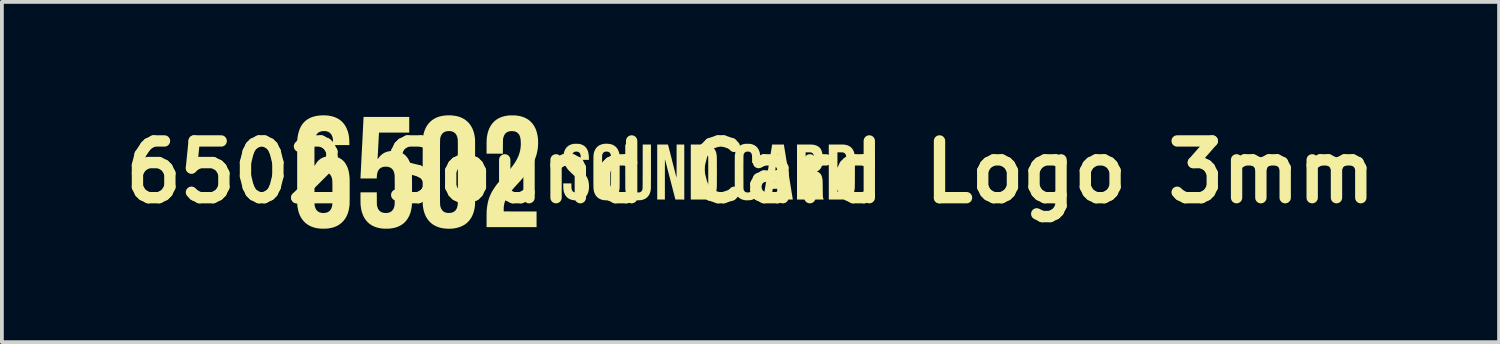
<source format=kicad_pcb>
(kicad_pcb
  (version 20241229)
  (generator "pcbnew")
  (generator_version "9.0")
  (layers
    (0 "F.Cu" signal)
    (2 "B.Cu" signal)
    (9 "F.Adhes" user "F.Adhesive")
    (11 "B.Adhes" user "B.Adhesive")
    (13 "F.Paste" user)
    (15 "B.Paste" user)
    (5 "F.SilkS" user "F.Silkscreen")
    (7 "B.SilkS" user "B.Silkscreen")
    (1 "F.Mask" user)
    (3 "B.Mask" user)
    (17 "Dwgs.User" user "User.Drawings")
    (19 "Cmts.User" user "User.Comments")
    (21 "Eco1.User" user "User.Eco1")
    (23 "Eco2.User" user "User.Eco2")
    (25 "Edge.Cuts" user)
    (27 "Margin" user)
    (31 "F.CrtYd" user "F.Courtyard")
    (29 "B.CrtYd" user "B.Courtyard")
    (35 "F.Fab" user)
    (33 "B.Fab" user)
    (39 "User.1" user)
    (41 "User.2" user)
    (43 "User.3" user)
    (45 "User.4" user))
  (footprint "6502 Sound Card Logo 3mm"
    (layer "F.Cu")
    (at 16.8 1.5)
    (property "Reference" "6502 Sound Card Logo 3mm" (at 0 0 0) (layer "F.SilkS") (effects (font (size 1.5 1.5) (thickness 0.3))))
    (attr board_only exclude_from_pos_files exclude_from_bom)
    (fp_poly (pts (xy -1.751 0.000026) (xy -1.751 0.729) (xy -1.869 0.728) (xy -1.986 0.727) (xy -2.123 0.196) (xy -2.136 0.145) (xy -2.149 0.096) (xy -2.161 0.048) (xy -2.173 0.002) (xy -2.185 -0.042) (xy -2.196 -0.084) (xy -2.206 -0.124) (xy -2.215 -0.16) (xy -2.224 -0.194) (xy -2.232 -0.225) (xy -2.24 -0.253) (xy -2.246 -0.277) (xy -2.251 -0.297) (xy -2.256 -0.313) (xy -2.259 -0.325) (xy -2.261 -0.332) (xy -2.262 -0.335) (xy -2.262 -0.335) (xy -2.262 -0.333) (xy -2.262 -0.325) (xy -2.263 -0.313) (xy -2.263 -0.297) (xy -2.263 -0.276) (xy -2.263 -0.252) (xy -2.263 -0.224) (xy -2.263 -0.193) (xy -2.264 -0.158) (xy -2.264 -0.12) (xy -2.264 -0.08) (xy -2.264 -0.037) (xy -2.264 0.008) (xy -2.264 0.055) (xy -2.264 0.104) (xy -2.264 0.154) (xy -2.264 0.197) (xy -2.264 0.728) (xy -2.366 0.728) (xy -2.467 0.728) (xy -2.467 0) (xy -2.467 -0.728) (xy -2.324 -0.728) (xy -2.182 -0.728) (xy -2.093 -0.383) (xy -2.082 -0.34) (xy -2.072 -0.297) (xy -2.061 -0.255) (xy -2.05 -0.214) (xy -2.04 -0.175) (xy -2.031 -0.137) (xy -2.021 -0.101) (xy -2.013 -0.067) (xy -2.005 -0.037) (xy -1.998 -0.009) (xy -1.992 0.014) (xy -1.987 0.034) (xy -1.983 0.049) (xy -1.982 0.054) (xy -1.977 0.075) (xy -1.972 0.093) (xy -1.967 0.11) (xy -1.963 0.124) (xy -1.96 0.135) (xy -1.958 0.142) (xy -1.957 0.145) (xy -1.957 0.145) (xy -1.956 0.142) (xy -1.956 0.135) (xy -1.956 0.123) (xy -1.956 0.107) (xy -1.956 0.087) (xy -1.955 0.063) (xy -1.955 0.035) (xy -1.955 0.004) (xy -1.955 -0.029) (xy -1.955 -0.066) (xy -1.955 -0.105) (xy -1.955 -0.146) (xy -1.954 -0.189) (xy -1.954 -0.234) (xy -1.954 -0.281) (xy -1.954 -0.292) (xy -1.954 -0.728) (xy -1.853 -0.728) (xy -1.751 -0.728)) (stroke (width 0) (type solid)) (fill yes) (layer "F.SilkS"))
    (fp_poly (pts (xy -3.086 -0.147) (xy -3.086 -0.082) (xy -3.086 -0.021) (xy -3.086 0.034) (xy -3.085 0.085) (xy -3.085 0.132) (xy -3.085 0.174) (xy -3.085 0.213) (xy -3.085 0.248) (xy -3.085 0.28) (xy -3.085 0.308) (xy -3.084 0.333) (xy -3.084 0.355) (xy -3.084 0.375) (xy -3.084 0.392) (xy -3.083 0.407) (xy -3.083 0.42) (xy -3.082 0.431) (xy -3.082 0.44) (xy -3.081 0.448) (xy -3.08 0.454) (xy -3.079 0.459) (xy -3.078 0.464) (xy -3.077 0.468) (xy -3.076 0.471) (xy -3.075 0.474) (xy -3.074 0.477) (xy -3.072 0.48) (xy -3.07 0.483) (xy -3.07 0.485) (xy -3.061 0.5) (xy -3.048 0.514) (xy -3.033 0.525) (xy -3.019 0.533) (xy -2.999 0.538) (xy -2.978 0.541) (xy -2.955 0.541) (xy -2.934 0.537) (xy -2.918 0.533) (xy -2.903 0.525) (xy -2.888 0.513) (xy -2.876 0.5) (xy -2.867 0.485) (xy -2.866 0.482) (xy -2.864 0.479) (xy -2.863 0.476) (xy -2.861 0.473) (xy -2.86 0.47) (xy -2.859 0.466) (xy -2.858 0.462) (xy -2.857 0.457) (xy -2.856 0.451) (xy -2.856 0.444) (xy -2.855 0.436) (xy -2.854 0.426) (xy -2.854 0.414) (xy -2.854 0.4) (xy -2.853 0.384) (xy -2.853 0.366) (xy -2.853 0.345) (xy -2.852 0.321) (xy -2.852 0.295) (xy -2.852 0.265) (xy -2.852 0.232) (xy -2.852 0.195) (xy -2.852 0.154) (xy -2.851 0.11) (xy -2.851 0.061) (xy -2.851 0.008) (xy -2.851 -0.05) (xy -2.851 -0.112) (xy -2.851 -0.147) (xy -2.85 -0.728) (xy -2.741 -0.728) (xy -2.632 -0.728) (xy -2.632 -0.153) (xy -2.632 -0.079) (xy -2.632 -0.009) (xy -2.632 0.056) (xy -2.632 0.115) (xy -2.632 0.17) (xy -2.633 0.22) (xy -2.633 0.264) (xy -2.633 0.304) (xy -2.633 0.339) (xy -2.633 0.369) (xy -2.634 0.394) (xy -2.634 0.414) (xy -2.634 0.43) (xy -2.634 0.44) (xy -2.635 0.446) (xy -2.635 0.446) (xy -2.641 0.49) (xy -2.651 0.531) (xy -2.664 0.567) (xy -2.68 0.601) (xy -2.7 0.631) (xy -2.722 0.657) (xy -2.74 0.675) (xy -2.758 0.689) (xy -2.777 0.702) (xy -2.794 0.711) (xy -2.817 0.722) (xy -2.839 0.73) (xy -2.862 0.737) (xy -2.886 0.742) (xy -2.912 0.745) (xy -2.942 0.747) (xy -2.962 0.747) (xy -2.979 0.748) (xy -2.994 0.748) (xy -3.008 0.748) (xy -3.018 0.748) (xy -3.025 0.747) (xy -3.026 0.747) (xy -3.068 0.74) (xy -3.107 0.729) (xy -3.143 0.715) (xy -3.175 0.697) (xy -3.204 0.676) (xy -3.229 0.652) (xy -3.235 0.644) (xy -3.253 0.62) (xy -3.269 0.594) (xy -3.281 0.566) (xy -3.292 0.536) (xy -3.301 0.502) (xy -3.305 0.484) (xy -3.311 0.456) (xy -3.312 -0.136) (xy -3.312 -0.728) (xy -3.2 -0.728) (xy -3.087 -0.728)) (stroke (width 0) (type solid)) (fill yes) (layer "F.SilkS"))
    (fp_poly (pts (xy -1.35 -0.728) (xy -1.317 -0.728) (xy -1.288 -0.728) (xy -1.263 -0.728) (xy -1.242 -0.728) (xy -1.224 -0.728) (xy -1.209 -0.727) (xy -1.196 -0.727) (xy -1.186 -0.726) (xy -1.177 -0.726) (xy -1.169 -0.725) (xy -1.166 -0.725) (xy -1.124 -0.717) (xy -1.085 -0.707) (xy -1.05 -0.692) (xy -1.019 -0.675) (xy -0.991 -0.653) (xy -0.967 -0.628) (xy -0.958 -0.617) (xy -0.939 -0.588) (xy -0.923 -0.556) (xy -0.91 -0.522) (xy -0.9 -0.484) (xy -0.894 -0.443) (xy -0.891 -0.414) (xy -0.891 -0.406) (xy -0.89 -0.394) (xy -0.89 -0.378) (xy -0.89 -0.358) (xy -0.889 -0.334) (xy -0.889 -0.306) (xy -0.889 -0.276) (xy -0.889 -0.243) (xy -0.889 -0.208) (xy -0.889 -0.171) (xy -0.889 -0.132) (xy -0.888 -0.093) (xy -0.888 -0.052) (xy -0.888 -0.011) (xy -0.888 0.03) (xy -0.888 0.07) (xy -0.888 0.111) (xy -0.889 0.15) (xy -0.889 0.188) (xy -0.889 0.224) (xy -0.889 0.258) (xy -0.889 0.29) (xy -0.889 0.319) (xy -0.89 0.345) (xy -0.89 0.367) (xy -0.89 0.386) (xy -0.89 0.4) (xy -0.891 0.41) (xy -0.891 0.414) (xy -0.896 0.46) (xy -0.905 0.503) (xy -0.917 0.542) (xy -0.933 0.577) (xy -0.951 0.609) (xy -0.974 0.636) (xy -1 0.66) (xy -1.029 0.681) (xy -1.062 0.698) (xy -1.099 0.711) (xy -1.138 0.72) (xy -1.166 0.725) (xy -1.173 0.725) (xy -1.181 0.726) (xy -1.191 0.727) (xy -1.202 0.727) (xy -1.216 0.727) (xy -1.233 0.728) (xy -1.252 0.728) (xy -1.275 0.728) (xy -1.302 0.728) (xy -1.333 0.728) (xy -1.368 0.728) (xy -1.388 0.728) (xy -1.579 0.728) (xy -1.579 0) (xy -1.35 0) (xy -1.35 0.521) (xy -1.276 0.52) (xy -1.254 0.519) (xy -1.236 0.519) (xy -1.222 0.519) (xy -1.211 0.518) (xy -1.202 0.517) (xy -1.196 0.516) (xy -1.191 0.515) (xy -1.189 0.514) (xy -1.174 0.508) (xy -1.159 0.497) (xy -1.146 0.485) (xy -1.141 0.479) (xy -1.133 0.464) (xy -1.126 0.445) (xy -1.121 0.422) (xy -1.119 0.41) (xy -1.119 0.404) (xy -1.119 0.394) (xy -1.118 0.378) (xy -1.118 0.358) (xy -1.118 0.334) (xy -1.118 0.305) (xy -1.117 0.272) (xy -1.117 0.236) (xy -1.117 0.196) (xy -1.117 0.152) (xy -1.117 0.105) (xy -1.117 0.054) (xy -1.117 0.001) (xy -1.117 0) (xy -1.117 -0.054) (xy -1.117 -0.104) (xy -1.117 -0.151) (xy -1.117 -0.195) (xy -1.117 -0.236) (xy -1.117 -0.272) (xy -1.118 -0.305) (xy -1.118 -0.333) (xy -1.118 -0.358) (xy -1.118 -0.378) (xy -1.119 -0.393) (xy -1.119 -0.404) (xy -1.119 -0.41) (xy -1.119 -0.41) (xy -1.123 -0.435) (xy -1.13 -0.457) (xy -1.139 -0.475) (xy -1.15 -0.49) (xy -1.162 -0.5) (xy -1.169 -0.505) (xy -1.176 -0.509) (xy -1.182 -0.512) (xy -1.19 -0.515) (xy -1.199 -0.516) (xy -1.21 -0.518) (xy -1.224 -0.519) (xy -1.241 -0.519) (xy -1.263 -0.52) (xy -1.276 -0.52) (xy -1.35 -0.521) (xy -1.35 0) (xy -1.579 0) (xy -1.579 -0.728) (xy -1.388 -0.728)) (stroke (width 0) (type solid)) (fill yes) (layer "F.SilkS"))
    (fp_poly (pts (xy 2.3 -0.728) (xy 2.333 -0.728) (xy 2.362 -0.728) (xy 2.387 -0.728) (xy 2.408 -0.728) (xy 2.426 -0.728) (xy 2.441 -0.727) (xy 2.454 -0.727) (xy 2.464 -0.726) (xy 2.473 -0.726) (xy 2.481 -0.725) (xy 2.484 -0.725) (xy 2.526 -0.717) (xy 2.565 -0.707) (xy 2.599 -0.692) (xy 2.631 -0.674) (xy 2.659 -0.653) (xy 2.683 -0.628) (xy 2.704 -0.599) (xy 2.715 -0.579) (xy 2.724 -0.561) (xy 2.731 -0.546) (xy 2.737 -0.531) (xy 2.742 -0.514) (xy 2.745 -0.503) (xy 2.747 -0.494) (xy 2.749 -0.486) (xy 2.751 -0.477) (xy 2.752 -0.469) (xy 2.754 -0.46) (xy 2.755 -0.45) (xy 2.756 -0.44) (xy 2.757 -0.428) (xy 2.758 -0.415) (xy 2.759 -0.399) (xy 2.759 -0.382) (xy 2.76 -0.363) (xy 2.76 -0.341) (xy 2.761 -0.316) (xy 2.761 -0.288) (xy 2.761 -0.257) (xy 2.761 -0.222) (xy 2.761 -0.183) (xy 2.762 -0.14) (xy 2.762 -0.093) (xy 2.762 -0.041) (xy 2.762 0) (xy 2.762 0.055) (xy 2.762 0.106) (xy 2.761 0.152) (xy 2.761 0.194) (xy 2.761 0.231) (xy 2.761 0.265) (xy 2.761 0.295) (xy 2.76 0.322) (xy 2.76 0.345) (xy 2.76 0.366) (xy 2.759 0.385) (xy 2.759 0.401) (xy 2.758 0.414) (xy 2.757 0.426) (xy 2.757 0.437) (xy 2.756 0.446) (xy 2.755 0.454) (xy 2.754 0.461) (xy 2.754 0.462) (xy 2.745 0.505) (xy 2.732 0.544) (xy 2.716 0.579) (xy 2.696 0.61) (xy 2.674 0.638) (xy 2.647 0.662) (xy 2.617 0.683) (xy 2.584 0.699) (xy 2.548 0.712) (xy 2.539 0.714) (xy 2.53 0.717) (xy 2.52 0.719) (xy 2.511 0.721) (xy 2.501 0.723) (xy 2.491 0.724) (xy 2.479 0.725) (xy 2.466 0.726) (xy 2.451 0.727) (xy 2.433 0.727) (xy 2.413 0.728) (xy 2.39 0.728) (xy 2.363 0.728) (xy 2.332 0.728) (xy 2.296 0.728) (xy 2.262 0.728) (xy 2.071 0.728) (xy 2.071 0) (xy 2.3 0) (xy 2.3 0.52) (xy 2.369 0.52) (xy 2.393 0.52) (xy 2.412 0.52) (xy 2.427 0.519) (xy 2.439 0.519) (xy 2.447 0.518) (xy 2.451 0.517) (xy 2.466 0.512) (xy 2.478 0.507) (xy 2.488 0.5) (xy 2.495 0.493) (xy 2.509 0.477) (xy 2.52 0.457) (xy 2.527 0.433) (xy 2.528 0.432) (xy 2.528 0.429) (xy 2.529 0.426) (xy 2.529 0.422) (xy 2.529 0.417) (xy 2.53 0.411) (xy 2.53 0.403) (xy 2.531 0.394) (xy 2.531 0.383) (xy 2.531 0.37) (xy 2.531 0.355) (xy 2.531 0.336) (xy 2.531 0.315) (xy 2.532 0.291) (xy 2.532 0.264) (xy 2.532 0.233) (xy 2.532 0.198) (xy 2.532 0.159) (xy 2.532 0.116) (xy 2.532 0.068) (xy 2.532 0.016) (xy 2.532 0) (xy 2.532 -0.055) (xy 2.532 -0.105) (xy 2.532 -0.151) (xy 2.532 -0.192) (xy 2.532 -0.229) (xy 2.532 -0.262) (xy 2.532 -0.292) (xy 2.531 -0.318) (xy 2.531 -0.341) (xy 2.531 -0.361) (xy 2.531 -0.378) (xy 2.53 -0.393) (xy 2.53 -0.406) (xy 2.529 -0.416) (xy 2.528 -0.425) (xy 2.527 -0.433) (xy 2.526 -0.439) (xy 2.525 -0.444) (xy 2.524 -0.449) (xy 2.523 -0.452) (xy 2.521 -0.456) (xy 2.519 -0.459) (xy 2.517 -0.463) (xy 2.516 -0.466) (xy 2.508 -0.478) (xy 2.498 -0.49) (xy 2.487 -0.5) (xy 2.476 -0.508) (xy 2.473 -0.509) (xy 2.465 -0.513) (xy 2.458 -0.515) (xy 2.45 -0.517) (xy 2.441 -0.518) (xy 2.43 -0.519) (xy 2.416 -0.52) (xy 2.4 -0.52) (xy 2.379 -0.52) (xy 2.369 -0.52) (xy 2.3 -0.52) (xy 2.3 0) (xy 2.071 0) (xy 2.071 -0.728) (xy 2.262 -0.728)) (stroke (width 0) (type solid)) (fill yes) (layer "F.SilkS"))
    (fp_poly (pts (xy -4.583 -0.747) (xy -4.562 -0.747) (xy -4.544 -0.745) (xy -4.527 -0.743) (xy -4.512 -0.74) (xy -4.496 -0.736) (xy -4.479 -0.731) (xy -4.475 -0.729) (xy -4.44 -0.715) (xy -4.408 -0.698) (xy -4.38 -0.676) (xy -4.355 -0.651) (xy -4.333 -0.622) (xy -4.315 -0.59) (xy -4.3 -0.553) (xy -4.289 -0.513) (xy -4.281 -0.469) (xy -4.276 -0.422) (xy -4.274 -0.371) (xy -4.274 -0.322) (xy -4.382 -0.322) (xy -4.49 -0.322) (xy -4.49 -0.371) (xy -4.49 -0.396) (xy -4.491 -0.417) (xy -4.493 -0.435) (xy -4.494 -0.444) (xy -4.5 -0.47) (xy -4.509 -0.492) (xy -4.522 -0.509) (xy -4.538 -0.523) (xy -4.557 -0.533) (xy -4.579 -0.539) (xy -4.604 -0.541) (xy -4.623 -0.54) (xy -4.64 -0.537) (xy -4.657 -0.532) (xy -4.671 -0.524) (xy -4.681 -0.517) (xy -4.694 -0.502) (xy -4.704 -0.485) (xy -4.711 -0.465) (xy -4.716 -0.442) (xy -4.718 -0.415) (xy -4.718 -0.389) (xy -4.716 -0.365) (xy -4.713 -0.342) (xy -4.707 -0.32) (xy -4.699 -0.299) (xy -4.689 -0.277) (xy -4.677 -0.255) (xy -4.661 -0.232) (xy -4.642 -0.208) (xy -4.62 -0.183) (xy -4.595 -0.157) (xy -4.566 -0.128) (xy -4.532 -0.097) (xy -4.522 -0.088) (xy -4.484 -0.052) (xy -4.449 -0.019) (xy -4.419 0.013) (xy -4.392 0.043) (xy -4.369 0.071) (xy -4.349 0.099) (xy -4.332 0.127) (xy -4.317 0.154) (xy -4.305 0.182) (xy -4.295 0.21) (xy -4.286 0.239) (xy -4.286 0.242) (xy -4.278 0.283) (xy -4.273 0.326) (xy -4.271 0.371) (xy -4.271 0.416) (xy -4.275 0.459) (xy -4.28 0.487) (xy -4.29 0.529) (xy -4.304 0.568) (xy -4.321 0.603) (xy -4.342 0.634) (xy -4.367 0.662) (xy -4.395 0.686) (xy -4.426 0.706) (xy -4.461 0.722) (xy -4.499 0.735) (xy -4.525 0.741) (xy -4.539 0.744) (xy -4.557 0.745) (xy -4.578 0.747) (xy -4.6 0.748) (xy -4.622 0.748) (xy -4.644 0.748) (xy -4.663 0.747) (xy -4.679 0.746) (xy -4.682 0.745) (xy -4.723 0.737) (xy -4.761 0.725) (xy -4.796 0.71) (xy -4.827 0.69) (xy -4.854 0.667) (xy -4.878 0.641) (xy -4.899 0.61) (xy -4.917 0.576) (xy -4.931 0.538) (xy -4.935 0.522) (xy -4.94 0.506) (xy -4.943 0.49) (xy -4.945 0.474) (xy -4.948 0.457) (xy -4.949 0.437) (xy -4.95 0.415) (xy -4.951 0.389) (xy -4.951 0.372) (xy -4.953 0.3) (xy -4.845 0.3) (xy -4.737 0.3) (xy -4.736 0.37) (xy -4.735 0.393) (xy -4.735 0.411) (xy -4.734 0.425) (xy -4.733 0.437) (xy -4.732 0.445) (xy -4.731 0.452) (xy -4.73 0.456) (xy -4.721 0.48) (xy -4.71 0.5) (xy -4.696 0.516) (xy -4.679 0.528) (xy -4.659 0.536) (xy -4.635 0.54) (xy -4.619 0.541) (xy -4.592 0.539) (xy -4.569 0.534) (xy -4.549 0.524) (xy -4.533 0.511) (xy -4.52 0.494) (xy -4.51 0.474) (xy -4.504 0.453) (xy -4.499 0.418) (xy -4.499 0.382) (xy -4.502 0.345) (xy -4.509 0.31) (xy -4.52 0.276) (xy -4.533 0.246) (xy -4.549 0.222) (xy -4.568 0.195) (xy -4.592 0.166) (xy -4.62 0.136) (xy -4.652 0.105) (xy -4.664 0.094) (xy -4.695 0.066) (xy -4.722 0.041) (xy -4.746 0.018) (xy -4.767 -0.003) (xy -4.786 -0.021) (xy -4.802 -0.039) (xy -4.817 -0.055) (xy -4.831 -0.071) (xy -4.843 -0.087) (xy -4.855 -0.103) (xy -4.866 -0.12) (xy -4.871 -0.127) (xy -4.895 -0.166) (xy -4.914 -0.207) (xy -4.929 -0.249) (xy -4.939 -0.293) (xy -4.945 -0.339) (xy -4.947 -0.387) (xy -4.945 -0.435) (xy -4.94 -0.479) (xy -4.932 -0.52) (xy -4.92 -0.557) (xy -4.904 -0.592) (xy -4.885 -0.623) (xy -4.871 -0.642) (xy -4.846 -0.669) (xy -4.819 -0.691) (xy -4.788 -0.71) (xy -4.754 -0.725) (xy -4.716 -0.737) (xy -4.695 -0.742) (xy -4.685 -0.744) (xy -4.675 -0.745) (xy -4.665 -0.746) (xy -4.654 -0.747) (xy -4.641 -0.747) (xy -4.624 -0.747) (xy -4.608 -0.747)) (stroke (width 0) (type solid)) (fill yes) (layer "F.SilkS"))
    (fp_poly (pts (xy 1.46 -0.728) (xy 1.496 -0.728) (xy 1.528 -0.728) (xy 1.556 -0.728) (xy 1.581 -0.727) (xy 1.603 -0.727) (xy 1.621 -0.726) (xy 1.638 -0.725) (xy 1.652 -0.723) (xy 1.666 -0.722) (xy 1.677 -0.72) (xy 1.689 -0.717) (xy 1.7 -0.715) (xy 1.71 -0.711) (xy 1.722 -0.708) (xy 1.725 -0.707) (xy 1.758 -0.694) (xy 1.788 -0.678) (xy 1.814 -0.66) (xy 1.836 -0.638) (xy 1.856 -0.612) (xy 1.872 -0.583) (xy 1.885 -0.55) (xy 1.896 -0.512) (xy 1.903 -0.481) (xy 1.904 -0.47) (xy 1.905 -0.456) (xy 1.906 -0.437) (xy 1.907 -0.416) (xy 1.908 -0.393) (xy 1.908 -0.368) (xy 1.908 -0.343) (xy 1.908 -0.318) (xy 1.907 -0.294) (xy 1.907 -0.272) (xy 1.906 -0.252) (xy 1.905 -0.235) (xy 1.904 -0.223) (xy 1.903 -0.218) (xy 1.894 -0.179) (xy 1.882 -0.143) (xy 1.867 -0.112) (xy 1.849 -0.084) (xy 1.828 -0.061) (xy 1.803 -0.041) (xy 1.78 -0.027) (xy 1.771 -0.022) (xy 1.764 -0.018) (xy 1.76 -0.015) (xy 1.76 -0.014) (xy 1.762 -0.012) (xy 1.768 -0.009) (xy 1.77 -0.009) (xy 1.796 0.003) (xy 1.819 0.017) (xy 1.84 0.035) (xy 1.857 0.057) (xy 1.873 0.082) (xy 1.885 0.111) (xy 1.895 0.145) (xy 1.903 0.183) (xy 1.905 0.199) (xy 1.906 0.205) (xy 1.907 0.213) (xy 1.907 0.223) (xy 1.908 0.234) (xy 1.908 0.249) (xy 1.909 0.266) (xy 1.909 0.286) (xy 1.91 0.309) (xy 1.91 0.337) (xy 1.911 0.368) (xy 1.911 0.405) (xy 1.911 0.434) (xy 1.912 0.477) (xy 1.912 0.516) (xy 1.913 0.551) (xy 1.913 0.581) (xy 1.914 0.606) (xy 1.914 0.627) (xy 1.915 0.642) (xy 1.916 0.653) (xy 1.916 0.659) (xy 1.921 0.682) (xy 1.926 0.703) (xy 1.932 0.717) (xy 1.936 0.728) (xy 1.82 0.728) (xy 1.704 0.728) (xy 1.698 0.711) (xy 1.696 0.704) (xy 1.694 0.696) (xy 1.692 0.689) (xy 1.691 0.682) (xy 1.689 0.674) (xy 1.688 0.666) (xy 1.687 0.656) (xy 1.686 0.644) (xy 1.686 0.631) (xy 1.685 0.615) (xy 1.685 0.596) (xy 1.684 0.574) (xy 1.684 0.549) (xy 1.684 0.519) (xy 1.683 0.486) (xy 1.683 0.448) (xy 1.683 0.437) (xy 1.682 0.398) (xy 1.682 0.365) (xy 1.682 0.335) (xy 1.682 0.31) (xy 1.681 0.289) (xy 1.681 0.271) (xy 1.681 0.256) (xy 1.68 0.243) (xy 1.68 0.233) (xy 1.679 0.225) (xy 1.679 0.218) (xy 1.678 0.213) (xy 1.677 0.209) (xy 1.677 0.206) (xy 1.669 0.18) (xy 1.66 0.159) (xy 1.648 0.142) (xy 1.634 0.129) (xy 1.616 0.118) (xy 1.597 0.111) (xy 1.59 0.109) (xy 1.583 0.108) (xy 1.575 0.107) (xy 1.564 0.106) (xy 1.551 0.106) (xy 1.533 0.105) (xy 1.52 0.105) (xy 1.459 0.104) (xy 1.459 0.416) (xy 1.459 0.728) (xy 1.345 0.728) (xy 1.231 0.728) (xy 1.231 0) (xy 1.231 -0.312) (xy 1.459 -0.312) (xy 1.459 -0.104) (xy 1.511 -0.104) (xy 1.532 -0.104) (xy 1.551 -0.105) (xy 1.567 -0.106) (xy 1.579 -0.107) (xy 1.581 -0.108) (xy 1.606 -0.114) (xy 1.626 -0.124) (xy 1.643 -0.138) (xy 1.657 -0.155) (xy 1.668 -0.177) (xy 1.674 -0.194) (xy 1.676 -0.201) (xy 1.677 -0.213) (xy 1.678 -0.228) (xy 1.679 -0.245) (xy 1.679 -0.265) (xy 1.68 -0.287) (xy 1.68 -0.309) (xy 1.68 -0.331) (xy 1.68 -0.352) (xy 1.68 -0.372) (xy 1.68 -0.389) (xy 1.679 -0.404) (xy 1.678 -0.415) (xy 1.678 -0.416) (xy 1.672 -0.443) (xy 1.664 -0.466) (xy 1.653 -0.484) (xy 1.639 -0.499) (xy 1.622 -0.51) (xy 1.615 -0.513) (xy 1.61 -0.515) (xy 1.606 -0.516) (xy 1.6 -0.517) (xy 1.594 -0.518) (xy 1.585 -0.519) (xy 1.574 -0.519) (xy 1.559 -0.519) (xy 1.54 -0.52) (xy 1.53 -0.52) (xy 1.459 -0.521) (xy 1.459 -0.312) (xy 1.231 -0.312) (xy 1.231 -0.728) (xy 1.419 -0.728)) (stroke (width 0) (type solid)) (fill yes) (layer "F.SilkS"))
    (fp_poly (pts (xy -6.273 -1.498) (xy -6.251 -1.498) (xy -6.23 -1.497) (xy -6.213 -1.496) (xy -6.201 -1.495) (xy -6.141 -1.487) (xy -6.085 -1.476) (xy -6.032 -1.461) (xy -5.983 -1.443) (xy -5.937 -1.421) (xy -5.893 -1.396) (xy -5.853 -1.368) (xy -5.847 -1.362) (xy -5.837 -1.354) (xy -5.826 -1.344) (xy -5.814 -1.332) (xy -5.802 -1.32) (xy -5.799 -1.317) (xy -5.764 -1.278) (xy -5.733 -1.235) (xy -5.706 -1.188) (xy -5.682 -1.138) (xy -5.662 -1.085) (xy -5.646 -1.028) (xy -5.633 -0.967) (xy -5.623 -0.903) (xy -5.62 -0.863) (xy -5.618 -0.841) (xy -5.618 -0.816) (xy -5.617 -0.789) (xy -5.617 -0.761) (xy -5.618 -0.733) (xy -5.619 -0.706) (xy -5.62 -0.683) (xy -5.621 -0.669) (xy -5.628 -0.607) (xy -5.639 -0.546) (xy -5.653 -0.486) (xy -5.669 -0.427) (xy -5.69 -0.369) (xy -5.714 -0.31) (xy -5.741 -0.251) (xy -5.772 -0.192) (xy -5.808 -0.132) (xy -5.847 -0.071) (xy -5.89 -0.009) (xy -5.938 0.055) (xy -5.99 0.12) (xy -6.011 0.145) (xy -6.03 0.168) (xy -6.05 0.191) (xy -6.069 0.213) (xy -6.089 0.236) (xy -6.111 0.26) (xy -6.135 0.286) (xy -6.161 0.315) (xy -6.175 0.33) (xy -6.218 0.377) (xy -6.257 0.42) (xy -6.292 0.461) (xy -6.325 0.499) (xy -6.353 0.535) (xy -6.379 0.569) (xy -6.403 0.601) (xy -6.423 0.632) (xy -6.442 0.662) (xy -6.458 0.692) (xy -6.472 0.72) (xy -6.484 0.748) (xy -6.494 0.777) (xy -6.503 0.805) (xy -6.509 0.826) (xy -6.515 0.854) (xy -6.52 0.881) (xy -6.524 0.909) (xy -6.526 0.939) (xy -6.527 0.973) (xy -6.527 0.982) (xy -6.527 1.042) (xy -6.092 1.043) (xy -5.658 1.043) (xy -5.658 1.25) (xy -5.658 1.457) (xy -6.319 1.457) (xy -6.98 1.457) (xy -6.98 1.262) (xy -6.98 1.23) (xy -6.98 1.199) (xy -6.98 1.168) (xy -6.98 1.14) (xy -6.979 1.113) (xy -6.979 1.089) (xy -6.979 1.069) (xy -6.978 1.052) (xy -6.978 1.039) (xy -6.978 1.031) (xy -6.971 0.958) (xy -6.962 0.889) (xy -6.95 0.823) (xy -6.935 0.76) (xy -6.917 0.699) (xy -6.895 0.64) (xy -6.869 0.582) (xy -6.84 0.525) (xy -6.806 0.468) (xy -6.768 0.41) (xy -6.728 0.353) (xy -6.708 0.326) (xy -6.687 0.3) (xy -6.666 0.274) (xy -6.644 0.248) (xy -6.62 0.22) (xy -6.595 0.191) (xy -6.566 0.159) (xy -6.534 0.125) (xy -6.527 0.117) (xy -6.477 0.062) (xy -6.43 0.009) (xy -6.387 -0.041) (xy -6.348 -0.088) (xy -6.312 -0.134) (xy -6.28 -0.177) (xy -6.25 -0.219) (xy -6.223 -0.26) (xy -6.199 -0.3) (xy -6.178 -0.338) (xy -6.159 -0.377) (xy -6.142 -0.414) (xy -6.127 -0.452) (xy -6.116 -0.484) (xy -6.101 -0.534) (xy -6.09 -0.583) (xy -6.082 -0.632) (xy -6.077 -0.682) (xy -6.074 -0.733) (xy -6.075 -0.777) (xy -6.077 -0.817) (xy -6.08 -0.853) (xy -6.084 -0.885) (xy -6.09 -0.914) (xy -6.098 -0.94) (xy -6.107 -0.964) (xy -6.116 -0.984) (xy -6.129 -1.003) (xy -6.146 -1.022) (xy -6.165 -1.039) (xy -6.185 -1.054) (xy -6.206 -1.064) (xy -6.21 -1.066) (xy -6.241 -1.075) (xy -6.274 -1.081) (xy -6.308 -1.083) (xy -6.342 -1.082) (xy -6.374 -1.077) (xy -6.405 -1.069) (xy -6.428 -1.06) (xy -6.453 -1.045) (xy -6.475 -1.026) (xy -6.494 -1.004) (xy -6.511 -0.978) (xy -6.524 -0.948) (xy -6.535 -0.914) (xy -6.542 -0.888) (xy -6.543 -0.883) (xy -6.543 -0.877) (xy -6.544 -0.872) (xy -6.545 -0.866) (xy -6.545 -0.858) (xy -6.546 -0.849) (xy -6.546 -0.838) (xy -6.547 -0.825) (xy -6.547 -0.809) (xy -6.547 -0.789) (xy -6.547 -0.767) (xy -6.547 -0.74) (xy -6.548 -0.709) (xy -6.548 -0.673) (xy -6.548 -0.673) (xy -6.549 -0.485) (xy -6.765 -0.485) (xy -6.98 -0.485) (xy -6.98 -0.657) (xy -6.98 -0.695) (xy -6.98 -0.729) (xy -6.98 -0.758) (xy -6.98 -0.784) (xy -6.979 -0.807) (xy -6.979 -0.827) (xy -6.978 -0.845) (xy -6.977 -0.861) (xy -6.976 -0.876) (xy -6.975 -0.89) (xy -6.973 -0.904) (xy -6.972 -0.918) (xy -6.97 -0.933) (xy -6.959 -0.994) (xy -6.945 -1.052) (xy -6.927 -1.107) (xy -6.906 -1.159) (xy -6.881 -1.207) (xy -6.852 -1.253) (xy -6.82 -1.294) (xy -6.784 -1.332) (xy -6.745 -1.366) (xy -6.706 -1.395) (xy -6.663 -1.42) (xy -6.617 -1.442) (xy -6.568 -1.46) (xy -6.515 -1.475) (xy -6.458 -1.487) (xy -6.398 -1.495) (xy -6.396 -1.495) (xy -6.383 -1.497) (xy -6.365 -1.497) (xy -6.344 -1.498) (xy -6.321 -1.498) (xy -6.297 -1.498)) (stroke (width 0) (type solid)) (fill yes) (layer "F.SilkS"))
    (fp_poly (pts (xy -0.055 -0.747) (xy -0.035 -0.747) (xy -0.018 -0.746) (xy -0.003 -0.744) (xy 0.011 -0.742) (xy 0.026 -0.738) (xy 0.042 -0.734) (xy 0.044 -0.733) (xy 0.08 -0.72) (xy 0.113 -0.703) (xy 0.143 -0.682) (xy 0.17 -0.657) (xy 0.193 -0.629) (xy 0.213 -0.597) (xy 0.229 -0.562) (xy 0.242 -0.523) (xy 0.249 -0.494) (xy 0.252 -0.477) (xy 0.254 -0.457) (xy 0.256 -0.434) (xy 0.257 -0.408) (xy 0.258 -0.378) (xy 0.259 -0.344) (xy 0.259 -0.317) (xy 0.259 -0.239) (xy 0.151 -0.239) (xy 0.044 -0.239) (xy 0.043 -0.339) (xy 0.042 -0.365) (xy 0.042 -0.386) (xy 0.042 -0.403) (xy 0.041 -0.417) (xy 0.041 -0.428) (xy 0.04 -0.437) (xy 0.039 -0.444) (xy 0.038 -0.45) (xy 0.037 -0.455) (xy 0.036 -0.46) (xy 0.028 -0.484) (xy 0.017 -0.503) (xy 0.003 -0.518) (xy -0.014 -0.53) (xy -0.035 -0.537) (xy -0.055 -0.54) (xy -0.082 -0.541) (xy -0.106 -0.538) (xy -0.127 -0.531) (xy -0.145 -0.52) (xy -0.16 -0.505) (xy -0.171 -0.486) (xy -0.173 -0.483) (xy -0.175 -0.479) (xy -0.176 -0.476) (xy -0.178 -0.472) (xy -0.179 -0.468) (xy -0.18 -0.464) (xy -0.181 -0.459) (xy -0.182 -0.453) (xy -0.183 -0.445) (xy -0.184 -0.437) (xy -0.184 -0.426) (xy -0.185 -0.414) (xy -0.185 -0.399) (xy -0.186 -0.382) (xy -0.186 -0.362) (xy -0.186 -0.34) (xy -0.186 -0.314) (xy -0.186 -0.285) (xy -0.186 -0.253) (xy -0.187 -0.216) (xy -0.187 -0.176) (xy -0.187 -0.131) (xy -0.187 -0.082) (xy -0.187 -0.029) (xy -0.187 0.001) (xy -0.187 0.057) (xy -0.187 0.108) (xy -0.187 0.154) (xy -0.187 0.195) (xy -0.186 0.233) (xy -0.186 0.267) (xy -0.186 0.297) (xy -0.186 0.323) (xy -0.186 0.346) (xy -0.186 0.366) (xy -0.186 0.384) (xy -0.186 0.399) (xy -0.185 0.412) (xy -0.185 0.422) (xy -0.185 0.431) (xy -0.185 0.438) (xy -0.184 0.444) (xy -0.184 0.448) (xy -0.183 0.452) (xy -0.183 0.455) (xy -0.182 0.457) (xy -0.182 0.458) (xy -0.174 0.482) (xy -0.163 0.501) (xy -0.149 0.517) (xy -0.132 0.529) (xy -0.112 0.537) (xy -0.09 0.54) (xy -0.064 0.541) (xy -0.04 0.538) (xy -0.019 0.531) (xy -0.002 0.522) (xy 0.004 0.517) (xy 0.015 0.506) (xy 0.023 0.494) (xy 0.03 0.48) (xy 0.033 0.473) (xy 0.035 0.465) (xy 0.037 0.457) (xy 0.039 0.448) (xy 0.04 0.437) (xy 0.041 0.423) (xy 0.042 0.408) (xy 0.042 0.389) (xy 0.043 0.367) (xy 0.043 0.34) (xy 0.043 0.31) (xy 0.043 0.298) (xy 0.043 0.185) (xy 0.151 0.185) (xy 0.259 0.185) (xy 0.259 0.29) (xy 0.259 0.328) (xy 0.258 0.362) (xy 0.258 0.391) (xy 0.257 0.417) (xy 0.255 0.44) (xy 0.254 0.461) (xy 0.251 0.479) (xy 0.248 0.496) (xy 0.245 0.512) (xy 0.241 0.527) (xy 0.236 0.542) (xy 0.236 0.543) (xy 0.222 0.58) (xy 0.204 0.614) (xy 0.182 0.644) (xy 0.157 0.67) (xy 0.129 0.693) (xy 0.097 0.712) (xy 0.061 0.727) (xy 0.022 0.739) (xy 0.005 0.743) (xy -0.004 0.744) (xy -0.017 0.745) (xy -0.033 0.746) (xy -0.051 0.747) (xy -0.07 0.748) (xy -0.088 0.748) (xy -0.105 0.748) (xy -0.119 0.748) (xy -0.13 0.747) (xy -0.132 0.747) (xy -0.174 0.74) (xy -0.212 0.73) (xy -0.247 0.716) (xy -0.272 0.703) (xy -0.302 0.681) (xy -0.328 0.656) (xy -0.351 0.628) (xy -0.371 0.596) (xy -0.387 0.56) (xy -0.4 0.521) (xy -0.408 0.479) (xy -0.414 0.433) (xy -0.414 0.431) (xy -0.414 0.424) (xy -0.414 0.412) (xy -0.415 0.395) (xy -0.415 0.374) (xy -0.415 0.35) (xy -0.415 0.322) (xy -0.416 0.292) (xy -0.416 0.258) (xy -0.416 0.223) (xy -0.416 0.185) (xy -0.416 0.146) (xy -0.416 0.106) (xy -0.416 0.065) (xy -0.416 0.023) (xy -0.416 -0.019) (xy -0.416 -0.061) (xy -0.416 -0.102) (xy -0.416 -0.143) (xy -0.416 -0.182) (xy -0.416 -0.22) (xy -0.416 -0.255) (xy -0.416 -0.289) (xy -0.415 -0.32) (xy -0.415 -0.348) (xy -0.415 -0.373) (xy -0.415 -0.394) (xy -0.414 -0.411) (xy -0.414 -0.424) (xy -0.414 -0.432) (xy -0.414 -0.433) (xy -0.409 -0.476) (xy -0.401 -0.515) (xy -0.391 -0.551) (xy -0.377 -0.584) (xy -0.36 -0.615) (xy -0.339 -0.644) (xy -0.337 -0.646) (xy -0.316 -0.669) (xy -0.29 -0.69) (xy -0.262 -0.708) (xy -0.231 -0.723) (xy -0.202 -0.733) (xy -0.186 -0.738) (xy -0.171 -0.741) (xy -0.157 -0.744) (xy -0.142 -0.745) (xy -0.125 -0.747) (xy -0.106 -0.747) (xy -0.083 -0.747) (xy -0.079 -0.747)) (stroke (width 0) (type solid)) (fill yes) (layer "F.SilkS"))
    (fp_poly (pts (xy 0.715 -0.728) (xy 0.739 -0.728) (xy 0.763 -0.728) (xy 0.786 -0.728) (xy 0.808 -0.728) (xy 0.829 -0.728) (xy 0.846 -0.728) (xy 0.861 -0.728) (xy 0.873 -0.728) (xy 0.88 -0.728) (xy 0.883 -0.727) (xy 0.883 -0.727) (xy 0.884 -0.725) (xy 0.885 -0.717) (xy 0.887 -0.705) (xy 0.889 -0.689) (xy 0.893 -0.668) (xy 0.897 -0.644) (xy 0.901 -0.615) (xy 0.907 -0.583) (xy 0.912 -0.547) (xy 0.919 -0.509) (xy 0.926 -0.467) (xy 0.933 -0.422) (xy 0.94 -0.375) (xy 0.949 -0.325) (xy 0.957 -0.273) (xy 0.966 -0.219) (xy 0.975 -0.163) (xy 0.984 -0.106) (xy 0.994 -0.047) (xy 1.001 -0.001) (xy 1.011 0.059) (xy 1.021 0.118) (xy 1.03 0.175) (xy 1.039 0.23) (xy 1.048 0.284) (xy 1.056 0.336) (xy 1.064 0.385) (xy 1.072 0.431) (xy 1.079 0.475) (xy 1.085 0.517) (xy 1.092 0.555) (xy 1.097 0.59) (xy 1.102 0.621) (xy 1.107 0.649) (xy 1.111 0.672) (xy 1.114 0.692) (xy 1.116 0.708) (xy 1.118 0.719) (xy 1.119 0.725) (xy 1.119 0.726) (xy 1.117 0.727) (xy 1.11 0.727) (xy 1.099 0.728) (xy 1.084 0.728) (xy 1.066 0.728) (xy 1.046 0.728) (xy 1.024 0.728) (xy 1.005 0.728) (xy 0.977 0.728) (xy 0.953 0.728) (xy 0.934 0.728) (xy 0.919 0.728) (xy 0.908 0.728) (xy 0.9 0.727) (xy 0.894 0.727) (xy 0.892 0.726) (xy 0.891 0.725) (xy 0.891 0.722) (xy 0.89 0.715) (xy 0.888 0.703) (xy 0.886 0.688) (xy 0.883 0.671) (xy 0.881 0.651) (xy 0.878 0.63) (xy 0.874 0.607) (xy 0.871 0.585) (xy 0.868 0.562) (xy 0.865 0.54) (xy 0.862 0.519) (xy 0.859 0.499) (xy 0.856 0.483) (xy 0.854 0.469) (xy 0.853 0.458) (xy 0.852 0.452) (xy 0.851 0.45) (xy 0.85 0.444) (xy 0.72 0.444) (xy 0.694 0.444) (xy 0.671 0.444) (xy 0.649 0.444) (xy 0.63 0.445) (xy 0.614 0.445) (xy 0.602 0.445) (xy 0.593 0.445) (xy 0.589 0.445) (xy 0.589 0.445) (xy 0.589 0.448) (xy 0.587 0.455) (xy 0.586 0.467) (xy 0.584 0.482) (xy 0.581 0.5) (xy 0.578 0.521) (xy 0.575 0.544) (xy 0.571 0.569) (xy 0.569 0.586) (xy 0.565 0.612) (xy 0.561 0.636) (xy 0.558 0.658) (xy 0.555 0.679) (xy 0.553 0.696) (xy 0.551 0.71) (xy 0.549 0.72) (xy 0.548 0.725) (xy 0.548 0.726) (xy 0.546 0.727) (xy 0.539 0.727) (xy 0.528 0.728) (xy 0.513 0.728) (xy 0.496 0.728) (xy 0.476 0.728) (xy 0.454 0.728) (xy 0.442 0.728) (xy 0.336 0.728) (xy 0.415 0.244) (xy 0.617 0.244) (xy 0.619 0.245) (xy 0.626 0.245) (xy 0.637 0.245) (xy 0.652 0.246) (xy 0.669 0.246) (xy 0.689 0.246) (xy 0.711 0.246) (xy 0.72 0.246) (xy 0.746 0.246) (xy 0.768 0.246) (xy 0.786 0.246) (xy 0.799 0.246) (xy 0.81 0.245) (xy 0.816 0.245) (xy 0.821 0.244) (xy 0.822 0.243) (xy 0.822 0.243) (xy 0.822 0.24) (xy 0.821 0.232) (xy 0.819 0.22) (xy 0.817 0.203) (xy 0.814 0.184) (xy 0.811 0.161) (xy 0.808 0.135) (xy 0.804 0.106) (xy 0.799 0.075) (xy 0.795 0.043) (xy 0.79 0.009) (xy 0.785 -0.027) (xy 0.78 -0.063) (xy 0.774 -0.099) (xy 0.769 -0.136) (xy 0.764 -0.173) (xy 0.759 -0.209) (xy 0.754 -0.244) (xy 0.749 -0.278) (xy 0.744 -0.31) (xy 0.74 -0.341) (xy 0.736 -0.369) (xy 0.732 -0.394) (xy 0.729 -0.417) (xy 0.726 -0.436) (xy 0.723 -0.452) (xy 0.722 -0.464) (xy 0.72 -0.471) (xy 0.72 -0.474) (xy 0.72 -0.474) (xy 0.717 -0.474) (xy 0.717 -0.474) (xy 0.717 -0.472) (xy 0.716 -0.465) (xy 0.714 -0.453) (xy 0.712 -0.437) (xy 0.709 -0.418) (xy 0.706 -0.396) (xy 0.702 -0.37) (xy 0.698 -0.342) (xy 0.694 -0.312) (xy 0.689 -0.279) (xy 0.685 -0.245) (xy 0.68 -0.21) (xy 0.675 -0.174) (xy 0.669 -0.138) (xy 0.664 -0.101) (xy 0.659 -0.064) (xy 0.654 -0.028) (xy 0.649 0.008) (xy 0.645 0.042) (xy 0.64 0.075) (xy 0.636 0.105) (xy 0.632 0.134) (xy 0.628 0.16) (xy 0.625 0.183) (xy 0.622 0.203) (xy 0.62 0.22) (xy 0.618 0.232) (xy 0.617 0.241) (xy 0.617 0.244) (xy 0.617 0.244) (xy 0.415 0.244) (xy 0.455 0.001) (xy 0.464 -0.059) (xy 0.474 -0.118) (xy 0.483 -0.175) (xy 0.492 -0.231) (xy 0.501 -0.285) (xy 0.51 -0.336) (xy 0.518 -0.385) (xy 0.525 -0.432) (xy 0.532 -0.476) (xy 0.539 -0.518) (xy 0.545 -0.556) (xy 0.551 -0.591) (xy 0.556 -0.622) (xy 0.561 -0.65) (xy 0.565 -0.673) (xy 0.568 -0.693) (xy 0.57 -0.709) (xy 0.572 -0.72) (xy 0.573 -0.726) (xy 0.573 -0.728) (xy 0.576 -0.728) (xy 0.583 -0.728) (xy 0.594 -0.728) (xy 0.609 -0.728) (xy 0.626 -0.728) (xy 0.646 -0.728) (xy 0.668 -0.728) (xy 0.691 -0.728)) (stroke (width 0) (type solid)) (fill yes) (layer "F.SilkS"))
    (fp_poly (pts (xy -3.76 -0.747) (xy -3.719 -0.741) (xy -3.689 -0.735) (xy -3.652 -0.723) (xy -3.618 -0.706) (xy -3.587 -0.686) (xy -3.558 -0.662) (xy -3.534 -0.634) (xy -3.512 -0.603) (xy -3.495 -0.568) (xy -3.48 -0.53) (xy -3.47 -0.489) (xy -3.47 -0.488) (xy -3.468 -0.481) (xy -3.467 -0.474) (xy -3.466 -0.466) (xy -3.465 -0.458) (xy -3.464 -0.45) (xy -3.464 -0.44) (xy -3.463 -0.428) (xy -3.462 -0.415) (xy -3.462 -0.401) (xy -3.461 -0.384) (xy -3.461 -0.364) (xy -3.461 -0.343) (xy -3.46 -0.318) (xy -3.46 -0.29) (xy -3.46 -0.259) (xy -3.46 -0.224) (xy -3.46 -0.185) (xy -3.46 -0.142) (xy -3.46 -0.095) (xy -3.46 -0.043) (xy -3.46 0) (xy -3.46 0.059) (xy -3.46 0.113) (xy -3.46 0.164) (xy -3.46 0.211) (xy -3.46 0.253) (xy -3.46 0.291) (xy -3.46 0.325) (xy -3.461 0.355) (xy -3.461 0.379) (xy -3.461 0.399) (xy -3.462 0.414) (xy -3.462 0.425) (xy -3.462 0.428) (xy -3.466 0.461) (xy -3.471 0.491) (xy -3.477 0.519) (xy -3.483 0.539) (xy -3.498 0.577) (xy -3.517 0.611) (xy -3.539 0.641) (xy -3.564 0.668) (xy -3.593 0.691) (xy -3.625 0.71) (xy -3.661 0.726) (xy -3.7 0.737) (xy -3.741 0.745) (xy -3.758 0.747) (xy -3.779 0.748) (xy -3.802 0.748) (xy -3.825 0.748) (xy -3.847 0.747) (xy -3.866 0.746) (xy -3.876 0.745) (xy -3.918 0.737) (xy -3.956 0.725) (xy -3.992 0.709) (xy -4.024 0.689) (xy -4.053 0.666) (xy -4.078 0.639) (xy -4.1 0.608) (xy -4.118 0.574) (xy -4.133 0.536) (xy -4.144 0.494) (xy -4.146 0.482) (xy -4.147 0.476) (xy -4.148 0.469) (xy -4.149 0.462) (xy -4.15 0.454) (xy -4.151 0.445) (xy -4.151 0.436) (xy -4.152 0.425) (xy -4.153 0.412) (xy -4.153 0.397) (xy -4.153 0.381) (xy -4.154 0.361) (xy -4.154 0.34) (xy -4.154 0.315) (xy -4.155 0.287) (xy -4.155 0.256) (xy -4.155 0.222) (xy -4.155 0.183) (xy -4.155 0.14) (xy -4.155 0.093) (xy -4.155 0.041) (xy -4.155 0) (xy -3.925 0) (xy -3.925 0.055) (xy -3.925 0.106) (xy -3.925 0.152) (xy -3.925 0.193) (xy -3.925 0.23) (xy -3.925 0.264) (xy -3.925 0.293) (xy -3.925 0.32) (xy -3.925 0.343) (xy -3.925 0.363) (xy -3.925 0.38) (xy -3.924 0.395) (xy -3.924 0.407) (xy -3.924 0.418) (xy -3.924 0.426) (xy -3.923 0.433) (xy -3.923 0.439) (xy -3.923 0.443) (xy -3.922 0.447) (xy -3.922 0.45) (xy -3.921 0.452) (xy -3.921 0.453) (xy -3.913 0.478) (xy -3.901 0.498) (xy -3.887 0.515) (xy -3.87 0.527) (xy -3.85 0.536) (xy -3.827 0.54) (xy -3.826 0.54) (xy -3.8 0.541) (xy -3.776 0.539) (xy -3.767 0.536) (xy -3.746 0.528) (xy -3.729 0.516) (xy -3.715 0.5) (xy -3.704 0.481) (xy -3.696 0.457) (xy -3.691 0.43) (xy -3.69 0.425) (xy -3.69 0.414) (xy -3.69 0.399) (xy -3.689 0.38) (xy -3.689 0.358) (xy -3.689 0.332) (xy -3.689 0.303) (xy -3.689 0.271) (xy -3.688 0.237) (xy -3.688 0.201) (xy -3.688 0.163) (xy -3.688 0.124) (xy -3.688 0.084) (xy -3.688 0.043) (xy -3.688 0.001) (xy -3.688 -0.04) (xy -3.688 -0.081) (xy -3.688 -0.121) (xy -3.688 -0.16) (xy -3.688 -0.198) (xy -3.688 -0.235) (xy -3.689 -0.269) (xy -3.689 -0.301) (xy -3.689 -0.33) (xy -3.689 -0.356) (xy -3.689 -0.379) (xy -3.69 -0.398) (xy -3.69 -0.413) (xy -3.69 -0.424) (xy -3.691 -0.43) (xy -3.691 -0.43) (xy -3.696 -0.458) (xy -3.704 -0.482) (xy -3.715 -0.501) (xy -3.729 -0.517) (xy -3.746 -0.528) (xy -3.767 -0.536) (xy -3.791 -0.54) (xy -3.807 -0.541) (xy -3.833 -0.539) (xy -3.856 -0.534) (xy -3.875 -0.525) (xy -3.891 -0.512) (xy -3.904 -0.495) (xy -3.914 -0.474) (xy -3.921 -0.452) (xy -3.922 -0.45) (xy -3.922 -0.447) (xy -3.923 -0.443) (xy -3.923 -0.439) (xy -3.923 -0.433) (xy -3.924 -0.426) (xy -3.924 -0.417) (xy -3.924 -0.406) (xy -3.924 -0.393) (xy -3.925 -0.378) (xy -3.925 -0.36) (xy -3.925 -0.34) (xy -3.925 -0.316) (xy -3.925 -0.289) (xy -3.925 -0.259) (xy -3.925 -0.225) (xy -3.925 -0.187) (xy -3.925 -0.145) (xy -3.925 -0.098) (xy -3.925 -0.047) (xy -3.925 0) (xy -4.155 0) (xy -4.155 -0.055) (xy -4.155 -0.106) (xy -4.155 -0.152) (xy -4.155 -0.194) (xy -4.155 -0.231) (xy -4.155 -0.265) (xy -4.155 -0.295) (xy -4.154 -0.322) (xy -4.154 -0.346) (xy -4.154 -0.367) (xy -4.153 -0.385) (xy -4.153 -0.401) (xy -4.152 -0.415) (xy -4.152 -0.428) (xy -4.151 -0.438) (xy -4.151 -0.448) (xy -4.15 -0.456) (xy -4.149 -0.464) (xy -4.148 -0.471) (xy -4.147 -0.477) (xy -4.146 -0.482) (xy -4.136 -0.524) (xy -4.123 -0.563) (xy -4.105 -0.598) (xy -4.085 -0.63) (xy -4.061 -0.658) (xy -4.033 -0.683) (xy -4.002 -0.703) (xy -3.968 -0.72) (xy -3.932 -0.733) (xy -3.925 -0.735) (xy -3.886 -0.743) (xy -3.845 -0.748) (xy -3.802 -0.749)) (stroke (width 0) (type solid)) (fill yes) (layer "F.SilkS"))
    (fp_poly (pts (xy -9.026 -1.25) (xy -9.026 -1.043) (xy -9.425 -1.043) (xy -9.825 -1.043) (xy -9.827 -1.022) (xy -9.827 -1.017) (xy -9.828 -1.007) (xy -9.828 -0.993) (xy -9.829 -0.974) (xy -9.831 -0.952) (xy -9.832 -0.927) (xy -9.834 -0.898) (xy -9.835 -0.867) (xy -9.837 -0.833) (xy -9.839 -0.798) (xy -9.841 -0.76) (xy -9.843 -0.721) (xy -9.845 -0.693) (xy -9.847 -0.653) (xy -9.849 -0.615) (xy -9.851 -0.578) (xy -9.852 -0.543) (xy -9.854 -0.51) (xy -9.856 -0.48) (xy -9.857 -0.452) (xy -9.859 -0.428) (xy -9.86 -0.407) (xy -9.861 -0.39) (xy -9.862 -0.377) (xy -9.862 -0.368) (xy -9.862 -0.365) (xy -9.863 -0.355) (xy -9.863 -0.349) (xy -9.862 -0.346) (xy -9.86 -0.345) (xy -9.859 -0.345) (xy -9.855 -0.348) (xy -9.85 -0.354) (xy -9.842 -0.364) (xy -9.841 -0.366) (xy -9.812 -0.404) (xy -9.781 -0.438) (xy -9.747 -0.467) (xy -9.71 -0.493) (xy -9.67 -0.515) (xy -9.628 -0.532) (xy -9.583 -0.545) (xy -9.535 -0.553) (xy -9.486 -0.558) (xy -9.436 -0.557) (xy -9.384 -0.553) (xy -9.336 -0.546) (xy -9.291 -0.534) (xy -9.248 -0.519) (xy -9.209 -0.5) (xy -9.179 -0.481) (xy -9.144 -0.455) (xy -9.112 -0.425) (xy -9.083 -0.39) (xy -9.056 -0.352) (xy -9.033 -0.309) (xy -9.012 -0.263) (xy -8.994 -0.213) (xy -8.98 -0.16) (xy -8.968 -0.103) (xy -8.965 -0.082) (xy -8.963 -0.071) (xy -8.962 -0.061) (xy -8.961 -0.051) (xy -8.959 -0.041) (xy -8.958 -0.031) (xy -8.957 -0.02) (xy -8.956 -0.009) (xy -8.956 0.003) (xy -8.955 0.017) (xy -8.955 0.032) (xy -8.954 0.048) (xy -8.954 0.067) (xy -8.953 0.088) (xy -8.953 0.112) (xy -8.953 0.139) (xy -8.953 0.169) (xy -8.953 0.202) (xy -8.952 0.239) (xy -8.952 0.28) (xy -8.952 0.325) (xy -8.952 0.375) (xy -8.952 0.43) (xy -8.952 0.433) (xy -8.952 0.491) (xy -8.952 0.545) (xy -8.952 0.596) (xy -8.953 0.643) (xy -8.953 0.685) (xy -8.953 0.724) (xy -8.953 0.758) (xy -8.953 0.787) (xy -8.954 0.812) (xy -8.954 0.833) (xy -8.954 0.848) (xy -8.955 0.859) (xy -8.955 0.863) (xy -8.962 0.929) (xy -8.973 0.992) (xy -8.987 1.051) (xy -9.005 1.107) (xy -9.027 1.159) (xy -9.052 1.207) (xy -9.08 1.253) (xy -9.112 1.294) (xy -9.148 1.332) (xy -9.187 1.367) (xy -9.227 1.395) (xy -9.269 1.42) (xy -9.316 1.442) (xy -9.366 1.461) (xy -9.419 1.476) (xy -9.475 1.487) (xy -9.532 1.495) (xy -9.542 1.496) (xy -9.556 1.497) (xy -9.572 1.497) (xy -9.591 1.498) (xy -9.61 1.498) (xy -9.629 1.499) (xy -9.647 1.499) (xy -9.663 1.499) (xy -9.677 1.499) (xy -9.686 1.499) (xy -9.688 1.499) (xy -9.712 1.497) (xy -9.73 1.495) (xy -9.746 1.493) (xy -9.759 1.492) (xy -9.77 1.491) (xy -9.781 1.489) (xy -9.791 1.487) (xy -9.794 1.487) (xy -9.851 1.475) (xy -9.905 1.46) (xy -9.956 1.44) (xy -10.004 1.417) (xy -10.049 1.389) (xy -10.086 1.362) (xy -10.095 1.354) (xy -10.106 1.344) (xy -10.119 1.332) (xy -10.131 1.32) (xy -10.134 1.317) (xy -10.168 1.278) (xy -10.199 1.236) (xy -10.226 1.19) (xy -10.249 1.141) (xy -10.269 1.088) (xy -10.286 1.032) (xy -10.299 0.972) (xy -10.308 0.908) (xy -10.313 0.862) (xy -10.313 0.853) (xy -10.314 0.84) (xy -10.314 0.823) (xy -10.314 0.803) (xy -10.315 0.779) (xy -10.315 0.754) (xy -10.315 0.727) (xy -10.315 0.7) (xy -10.315 0.684) (xy -10.315 0.538) (xy -10.1 0.538) (xy -9.884 0.538) (xy -9.883 0.7) (xy -9.883 0.733) (xy -9.883 0.762) (xy -9.883 0.787) (xy -9.882 0.808) (xy -9.882 0.825) (xy -9.882 0.839) (xy -9.881 0.851) (xy -9.881 0.861) (xy -9.88 0.869) (xy -9.879 0.876) (xy -9.879 0.881) (xy -9.878 0.886) (xy -9.873 0.908) (xy -9.866 0.931) (xy -9.858 0.953) (xy -9.85 0.973) (xy -9.845 0.982) (xy -9.836 0.996) (xy -9.825 1.01) (xy -9.811 1.025) (xy -9.797 1.038) (xy -9.784 1.049) (xy -9.777 1.053) (xy -9.752 1.065) (xy -9.723 1.074) (xy -9.693 1.08) (xy -9.661 1.083) (xy -9.629 1.083) (xy -9.597 1.08) (xy -9.567 1.073) (xy -9.539 1.064) (xy -9.52 1.055) (xy -9.495 1.038) (xy -9.473 1.017) (xy -9.454 0.992) (xy -9.438 0.964) (xy -9.426 0.931) (xy -9.417 0.895) (xy -9.412 0.86) (xy -9.412 0.854) (xy -9.411 0.843) (xy -9.411 0.828) (xy -9.411 0.809) (xy -9.41 0.787) (xy -9.41 0.761) (xy -9.41 0.732) (xy -9.41 0.701) (xy -9.41 0.667) (xy -9.409 0.632) (xy -9.409 0.595) (xy -9.409 0.557) (xy -9.409 0.518) (xy -9.409 0.479) (xy -9.409 0.44) (xy -9.409 0.401) (xy -9.409 0.362) (xy -9.409 0.325) (xy -9.409 0.289) (xy -9.41 0.255) (xy -9.41 0.223) (xy -9.41 0.193) (xy -9.41 0.167) (xy -9.41 0.143) (xy -9.411 0.123) (xy -9.411 0.107) (xy -9.411 0.095) (xy -9.412 0.088) (xy -9.412 0.087) (xy -9.418 0.047) (xy -9.427 0.01) (xy -9.439 -0.022) (xy -9.454 -0.05) (xy -9.473 -0.075) (xy -9.495 -0.096) (xy -9.52 -0.112) (xy -9.548 -0.126) (xy -9.58 -0.135) (xy -9.584 -0.136) (xy -9.602 -0.139) (xy -9.623 -0.141) (xy -9.645 -0.141) (xy -9.668 -0.14) (xy -9.69 -0.139) (xy -9.709 -0.136) (xy -9.714 -0.135) (xy -9.745 -0.126) (xy -9.773 -0.112) (xy -9.798 -0.095) (xy -9.82 -0.075) (xy -9.838 -0.05) (xy -9.854 -0.021) (xy -9.866 0.011) (xy -9.875 0.048) (xy -9.881 0.088) (xy -9.883 0.126) (xy -9.885 0.17) (xy -10.1 0.17) (xy -10.315 0.17) (xy -10.315 0.16) (xy -10.315 0.157) (xy -10.315 0.149) (xy -10.314 0.136) (xy -10.313 0.119) (xy -10.312 0.097) (xy -10.311 0.072) (xy -10.31 0.042) (xy -10.308 0.009) (xy -10.306 -0.028) (xy -10.304 -0.068) (xy -10.302 -0.112) (xy -10.299 -0.158) (xy -10.297 -0.207) (xy -10.294 -0.258) (xy -10.292 -0.312) (xy -10.289 -0.368) (xy -10.286 -0.426) (xy -10.283 -0.485) (xy -10.28 -0.547) (xy -10.276 -0.609) (xy -10.275 -0.644) (xy -10.271 -0.707) (xy -10.268 -0.769) (xy -10.265 -0.829) (xy -10.262 -0.888) (xy -10.259 -0.945) (xy -10.257 -1) (xy -10.254 -1.053) (xy -10.251 -1.103) (xy -10.249 -1.151) (xy -10.247 -1.196) (xy -10.245 -1.238) (xy -10.243 -1.276) (xy -10.241 -1.311) (xy -10.239 -1.343) (xy -10.238 -1.371) (xy -10.237 -1.395) (xy -10.236 -1.414) (xy -10.235 -1.43) (xy -10.234 -1.44) (xy -10.234 -1.446) (xy -10.234 -1.447) (xy -10.234 -1.457) (xy -9.63 -1.457) (xy -9.026 -1.457)) (stroke (width 0) (type solid)) (fill yes) (layer "F.SilkS"))
    (fp_poly (pts (xy -7.918 -1.498) (xy -7.86 -1.493) (xy -7.803 -1.485) (xy -7.749 -1.473) (xy -7.709 -1.462) (xy -7.656 -1.442) (xy -7.607 -1.419) (xy -7.561 -1.392) (xy -7.518 -1.361) (xy -7.479 -1.327) (xy -7.443 -1.289) (xy -7.411 -1.247) (xy -7.382 -1.201) (xy -7.356 -1.152) (xy -7.335 -1.099) (xy -7.316 -1.043) (xy -7.313 -1.029) (xy -7.306 -1) (xy -7.299 -0.968) (xy -7.293 -0.933) (xy -7.288 -0.897) (xy -7.288 -0.893) (xy -7.288 -0.89) (xy -7.287 -0.886) (xy -7.287 -0.881) (xy -7.287 -0.876) (xy -7.286 -0.871) (xy -7.286 -0.864) (xy -7.286 -0.857) (xy -7.285 -0.848) (xy -7.285 -0.838) (xy -7.285 -0.826) (xy -7.285 -0.813) (xy -7.285 -0.797) (xy -7.284 -0.78) (xy -7.284 -0.761) (xy -7.284 -0.739) (xy -7.284 -0.714) (xy -7.284 -0.687) (xy -7.284 -0.657) (xy -7.284 -0.624) (xy -7.284 -0.587) (xy -7.284 -0.548) (xy -7.284 -0.504) (xy -7.284 -0.457) (xy -7.283 -0.406) (xy -7.283 -0.351) (xy -7.283 -0.292) (xy -7.283 -0.229) (xy -7.283 -0.161) (xy -7.283 -0.088) (xy -7.283 -0.01) (xy -7.283 0) (xy -7.283 0.078) (xy -7.283 0.152) (xy -7.283 0.22) (xy -7.283 0.285) (xy -7.283 0.344) (xy -7.283 0.4) (xy -7.284 0.451) (xy -7.284 0.499) (xy -7.284 0.542) (xy -7.284 0.583) (xy -7.284 0.619) (xy -7.284 0.653) (xy -7.284 0.683) (xy -7.284 0.711) (xy -7.284 0.736) (xy -7.284 0.758) (xy -7.284 0.778) (xy -7.285 0.795) (xy -7.285 0.811) (xy -7.285 0.825) (xy -7.285 0.836) (xy -7.285 0.847) (xy -7.286 0.856) (xy -7.286 0.863) (xy -7.286 0.87) (xy -7.286 0.876) (xy -7.287 0.881) (xy -7.287 0.885) (xy -7.288 0.889) (xy -7.288 0.893) (xy -7.288 0.893) (xy -7.297 0.955) (xy -7.309 1.013) (xy -7.324 1.067) (xy -7.342 1.118) (xy -7.363 1.165) (xy -7.387 1.21) (xy -7.415 1.252) (xy -7.435 1.279) (xy -7.47 1.318) (xy -7.507 1.352) (xy -7.548 1.384) (xy -7.593 1.411) (xy -7.641 1.435) (xy -7.692 1.455) (xy -7.746 1.472) (xy -7.803 1.485) (xy -7.862 1.494) (xy -7.925 1.499) (xy -7.99 1.5) (xy -8.035 1.498) (xy -8.05 1.497) (xy -8.068 1.496) (xy -8.089 1.493) (xy -8.109 1.491) (xy -8.129 1.488) (xy -8.145 1.486) (xy -8.153 1.485) (xy -8.21 1.472) (xy -8.265 1.455) (xy -8.316 1.434) (xy -8.363 1.41) (xy -8.408 1.382) (xy -8.449 1.35) (xy -8.487 1.314) (xy -8.521 1.274) (xy -8.551 1.233) (xy -8.579 1.187) (xy -8.603 1.138) (xy -8.623 1.086) (xy -8.64 1.031) (xy -8.653 0.973) (xy -8.663 0.911) (xy -8.668 0.858) (xy -8.668 0.852) (xy -8.669 0.843) (xy -8.669 0.83) (xy -8.669 0.814) (xy -8.669 0.794) (xy -8.669 0.77) (xy -8.67 0.742) (xy -8.67 0.71) (xy -8.67 0.674) (xy -8.67 0.634) (xy -8.67 0.59) (xy -8.67 0.541) (xy -8.67 0.488) (xy -8.67 0.43) (xy -8.67 0.368) (xy -8.67 0.301) (xy -8.67 0.23) (xy -8.67 0.153) (xy -8.67 0.072) (xy -8.67 -0.014) (xy -8.67 -0.024) (xy -8.67 -0.103) (xy -8.67 -0.176) (xy -8.67 -0.186) (xy -8.212 -0.186) (xy -8.212 -0.114) (xy -8.212 -0.038) (xy -8.212 0) (xy -8.212 0.079) (xy -8.212 0.153) (xy -8.212 0.222) (xy -8.212 0.286) (xy -8.212 0.346) (xy -8.212 0.402) (xy -8.212 0.454) (xy -8.212 0.502) (xy -8.212 0.546) (xy -8.212 0.587) (xy -8.212 0.624) (xy -8.212 0.658) (xy -8.212 0.689) (xy -8.212 0.717) (xy -8.212 0.742) (xy -8.211 0.764) (xy -8.211 0.784) (xy -8.211 0.802) (xy -8.211 0.818) (xy -8.21 0.832) (xy -8.21 0.844) (xy -8.209 0.854) (xy -8.209 0.864) (xy -8.208 0.871) (xy -8.208 0.878) (xy -8.207 0.884) (xy -8.207 0.889) (xy -8.206 0.893) (xy -8.205 0.897) (xy -8.204 0.901) (xy -8.203 0.905) (xy -8.202 0.908) (xy -8.201 0.912) (xy -8.201 0.914) (xy -8.19 0.948) (xy -8.176 0.978) (xy -8.159 1.005) (xy -8.138 1.028) (xy -8.115 1.047) (xy -8.088 1.062) (xy -8.059 1.073) (xy -8.056 1.074) (xy -8.032 1.079) (xy -8.005 1.082) (xy -7.976 1.083) (xy -7.947 1.082) (xy -7.92 1.079) (xy -7.908 1.076) (xy -7.88 1.068) (xy -7.853 1.055) (xy -7.828 1.039) (xy -7.807 1.021) (xy -7.796 1.008) (xy -7.78 0.983) (xy -7.766 0.955) (xy -7.755 0.922) (xy -7.747 0.887) (xy -7.742 0.851) (xy -7.741 0.846) (xy -7.741 0.836) (xy -7.741 0.822) (xy -7.741 0.803) (xy -7.741 0.781) (xy -7.74 0.754) (xy -7.74 0.724) (xy -7.74 0.69) (xy -7.74 0.653) (xy -7.74 0.613) (xy -7.74 0.57) (xy -7.74 0.525) (xy -7.74 0.478) (xy -7.739 0.428) (xy -7.739 0.377) (xy -7.739 0.324) (xy -7.739 0.27) (xy -7.739 0.214) (xy -7.739 0.158) (xy -7.739 0.101) (xy -7.739 0.044) (xy -7.739 -0.013) (xy -7.739 -0.071) (xy -7.739 -0.128) (xy -7.739 -0.185) (xy -7.739 -0.241) (xy -7.739 -0.295) (xy -7.739 -0.349) (xy -7.739 -0.401) (xy -7.74 -0.452) (xy -7.74 -0.5) (xy -7.74 -0.547) (xy -7.74 -0.591) (xy -7.74 -0.632) (xy -7.74 -0.671) (xy -7.74 -0.706) (xy -7.74 -0.738) (xy -7.74 -0.767) (xy -7.741 -0.792) (xy -7.741 -0.813) (xy -7.741 -0.829) (xy -7.741 -0.841) (xy -7.741 -0.849) (xy -7.742 -0.851) (xy -7.747 -0.889) (xy -7.755 -0.925) (xy -7.767 -0.957) (xy -7.781 -0.985) (xy -7.796 -1.008) (xy -7.815 -1.028) (xy -7.838 -1.046) (xy -7.864 -1.061) (xy -7.892 -1.072) (xy -7.909 -1.077) (xy -7.927 -1.08) (xy -7.948 -1.082) (xy -7.971 -1.083) (xy -7.994 -1.082) (xy -8.015 -1.081) (xy -8.034 -1.079) (xy -8.039 -1.078) (xy -8.071 -1.069) (xy -8.1 -1.056) (xy -8.126 -1.039) (xy -8.148 -1.018) (xy -8.168 -0.993) (xy -8.183 -0.965) (xy -8.196 -0.933) (xy -8.201 -0.914) (xy -8.202 -0.91) (xy -8.203 -0.906) (xy -8.204 -0.903) (xy -8.205 -0.899) (xy -8.206 -0.895) (xy -8.206 -0.891) (xy -8.207 -0.886) (xy -8.208 -0.881) (xy -8.208 -0.875) (xy -8.209 -0.867) (xy -8.209 -0.859) (xy -8.21 -0.849) (xy -8.21 -0.838) (xy -8.21 -0.825) (xy -8.211 -0.81) (xy -8.211 -0.793) (xy -8.211 -0.774) (xy -8.211 -0.753) (xy -8.212 -0.729) (xy -8.212 -0.702) (xy -8.212 -0.673) (xy -8.212 -0.64) (xy -8.212 -0.605) (xy -8.212 -0.566) (xy -8.212 -0.523) (xy -8.212 -0.477) (xy -8.212 -0.427) (xy -8.212 -0.373) (xy -8.212 -0.315) (xy -8.212 -0.253) (xy -8.212 -0.186) (xy -8.67 -0.186) (xy -8.67 -0.245) (xy -8.67 -0.309) (xy -8.67 -0.369) (xy -8.67 -0.424) (xy -8.669 -0.476) (xy -8.669 -0.524) (xy -8.669 -0.568) (xy -8.669 -0.608) (xy -8.669 -0.645) (xy -8.669 -0.679) (xy -8.669 -0.71) (xy -8.669 -0.738) (xy -8.668 -0.763) (xy -8.668 -0.786) (xy -8.668 -0.807) (xy -8.667 -0.825) (xy -8.667 -0.841) (xy -8.667 -0.856) (xy -8.666 -0.869) (xy -8.666 -0.88) (xy -8.665 -0.891) (xy -8.664 -0.9) (xy -8.664 -0.908) (xy -8.663 -0.915) (xy -8.662 -0.922) (xy -8.661 -0.928) (xy -8.66 -0.934) (xy -8.659 -0.94) (xy -8.658 -0.946) (xy -8.657 -0.952) (xy -8.656 -0.958) (xy -8.655 -0.966) (xy -8.654 -0.97) (xy -8.641 -1.028) (xy -8.624 -1.084) (xy -8.604 -1.137) (xy -8.579 -1.187) (xy -8.551 -1.233) (xy -8.52 -1.276) (xy -8.485 -1.315) (xy -8.447 -1.351) (xy -8.405 -1.383) (xy -8.361 -1.411) (xy -8.313 -1.436) (xy -8.262 -1.456) (xy -8.21 -1.472) (xy -8.154 -1.484) (xy -8.097 -1.493) (xy -8.038 -1.498) (xy -7.978 -1.5)) (stroke (width 0) (type solid)) (fill yes) (layer "F.SilkS"))
    (fp_poly (pts (xy -11.233 -1.498) (xy -11.174 -1.493) (xy -11.116 -1.484) (xy -11.061 -1.472) (xy -11.009 -1.455) (xy -10.959 -1.436) (xy -10.937 -1.425) (xy -10.892 -1.4) (xy -10.849 -1.37) (xy -10.81 -1.337) (xy -10.775 -1.3) (xy -10.742 -1.259) (xy -10.713 -1.215) (xy -10.688 -1.167) (xy -10.666 -1.116) (xy -10.647 -1.062) (xy -10.632 -1.004) (xy -10.626 -0.975) (xy -10.622 -0.951) (xy -10.619 -0.928) (xy -10.616 -0.907) (xy -10.614 -0.885) (xy -10.613 -0.862) (xy -10.612 -0.837) (xy -10.611 -0.808) (xy -10.61 -0.793) (xy -10.609 -0.713) (xy -10.825 -0.713) (xy -11.041 -0.713) (xy -11.042 -0.786) (xy -11.043 -0.814) (xy -11.043 -0.838) (xy -11.044 -0.857) (xy -11.046 -0.872) (xy -11.047 -0.882) (xy -11.056 -0.92) (xy -11.067 -0.953) (xy -11.081 -0.982) (xy -11.098 -1.008) (xy -11.118 -1.029) (xy -11.141 -1.048) (xy -11.168 -1.062) (xy -11.172 -1.064) (xy -11.2 -1.074) (xy -11.231 -1.08) (xy -11.264 -1.084) (xy -11.298 -1.083) (xy -11.331 -1.08) (xy -11.363 -1.073) (xy -11.392 -1.062) (xy -11.407 -1.056) (xy -11.43 -1.042) (xy -11.449 -1.026) (xy -11.467 -1.008) (xy -11.482 -0.986) (xy -11.495 -0.961) (xy -11.506 -0.933) (xy -11.515 -0.901) (xy -11.523 -0.864) (xy -11.529 -0.823) (xy -11.529 -0.821) (xy -11.529 -0.815) (xy -11.53 -0.803) (xy -11.53 -0.786) (xy -11.531 -0.765) (xy -11.531 -0.739) (xy -11.532 -0.708) (xy -11.532 -0.672) (xy -11.532 -0.632) (xy -11.532 -0.587) (xy -11.533 -0.538) (xy -11.533 -0.484) (xy -11.533 -0.483) (xy -11.533 -0.436) (xy -11.533 -0.395) (xy -11.533 -0.358) (xy -11.533 -0.325) (xy -11.533 -0.296) (xy -11.534 -0.271) (xy -11.533 -0.249) (xy -11.533 -0.231) (xy -11.533 -0.215) (xy -11.533 -0.203) (xy -11.533 -0.193) (xy -11.533 -0.185) (xy -11.532 -0.178) (xy -11.532 -0.174) (xy -11.532 -0.171) (xy -11.531 -0.169) (xy -11.531 -0.168) (xy -11.53 -0.168) (xy -11.529 -0.168) (xy -11.529 -0.168) (xy -11.526 -0.169) (xy -11.522 -0.173) (xy -11.517 -0.181) (xy -11.51 -0.193) (xy -11.509 -0.196) (xy -11.483 -0.237) (xy -11.456 -0.274) (xy -11.425 -0.306) (xy -11.392 -0.334) (xy -11.356 -0.359) (xy -11.317 -0.379) (xy -11.275 -0.395) (xy -11.23 -0.407) (xy -11.181 -0.416) (xy -11.178 -0.416) (xy -11.162 -0.418) (xy -11.142 -0.419) (xy -11.119 -0.419) (xy -11.095 -0.419) (xy -11.072 -0.419) (xy -11.05 -0.418) (xy -11.032 -0.416) (xy -11.025 -0.415) (xy -10.975 -0.406) (xy -10.929 -0.393) (xy -10.886 -0.376) (xy -10.846 -0.355) (xy -10.809 -0.33) (xy -10.775 -0.301) (xy -10.744 -0.268) (xy -10.716 -0.231) (xy -10.691 -0.189) (xy -10.668 -0.143) (xy -10.658 -0.119) (xy -10.644 -0.081) (xy -10.632 -0.037) (xy -10.622 0.01) (xy -10.613 0.06) (xy -10.607 0.114) (xy -10.604 0.138) (xy -10.604 0.147) (xy -10.603 0.16) (xy -10.603 0.178) (xy -10.602 0.199) (xy -10.602 0.224) (xy -10.602 0.252) (xy -10.601 0.283) (xy -10.601 0.316) (xy -10.601 0.351) (xy -10.601 0.387) (xy -10.601 0.425) (xy -10.601 0.464) (xy -10.601 0.502) (xy -10.601 0.541) (xy -10.601 0.58) (xy -10.601 0.617) (xy -10.601 0.654) (xy -10.601 0.689) (xy -10.601 0.722) (xy -10.602 0.753) (xy -10.602 0.781) (xy -10.602 0.806) (xy -10.603 0.828) (xy -10.603 0.846) (xy -10.604 0.859) (xy -10.604 0.868) (xy -10.604 0.869) (xy -10.612 0.931) (xy -10.622 0.989) (xy -10.635 1.043) (xy -10.651 1.094) (xy -10.67 1.141) (xy -10.692 1.186) (xy -10.716 1.227) (xy -10.748 1.271) (xy -10.782 1.311) (xy -10.82 1.347) (xy -10.861 1.379) (xy -10.904 1.408) (xy -10.951 1.432) (xy -11.002 1.453) (xy -11.056 1.47) (xy -11.113 1.483) (xy -11.173 1.493) (xy -11.183 1.494) (xy -11.196 1.495) (xy -11.212 1.496) (xy -11.23 1.497) (xy -11.25 1.498) (xy -11.271 1.498) (xy -11.292 1.499) (xy -11.311 1.499) (xy -11.328 1.499) (xy -11.342 1.499) (xy -11.35 1.499) (xy -11.397 1.494) (xy -11.441 1.489) (xy -11.48 1.483) (xy -11.517 1.475) (xy -11.552 1.465) (xy -11.585 1.454) (xy -11.618 1.441) (xy -11.651 1.426) (xy -11.661 1.421) (xy -11.701 1.398) (xy -11.739 1.372) (xy -11.775 1.343) (xy -11.804 1.314) (xy -11.837 1.277) (xy -11.867 1.238) (xy -11.893 1.196) (xy -11.916 1.151) (xy -11.936 1.103) (xy -11.953 1.052) (xy -11.967 0.997) (xy -11.978 0.938) (xy -11.985 0.888) (xy -11.985 0.885) (xy -11.986 0.881) (xy -11.986 0.876) (xy -11.986 0.87) (xy -11.987 0.864) (xy -11.987 0.857) (xy -11.987 0.848) (xy -11.987 0.838) (xy -11.988 0.826) (xy -11.988 0.813) (xy -11.988 0.797) (xy -11.988 0.78) (xy -11.988 0.76) (xy -11.989 0.738) (xy -11.989 0.713) (xy -11.989 0.685) (xy -11.989 0.654) (xy -11.989 0.621) (xy -11.989 0.584) (xy -11.989 0.543) (xy -11.989 0.524) (xy -11.532 0.524) (xy -11.532 0.541) (xy -11.532 0.588) (xy -11.532 0.631) (xy -11.532 0.67) (xy -11.532 0.704) (xy -11.532 0.735) (xy -11.532 0.761) (xy -11.532 0.785) (xy -11.531 0.805) (xy -11.531 0.823) (xy -11.531 0.839) (xy -11.53 0.852) (xy -11.529 0.863) (xy -11.528 0.873) (xy -11.527 0.882) (xy -11.526 0.89) (xy -11.525 0.897) (xy -11.523 0.904) (xy -11.521 0.91) (xy -11.519 0.918) (xy -11.517 0.925) (xy -11.517 0.925) (xy -11.505 0.958) (xy -11.49 0.988) (xy -11.472 1.013) (xy -11.45 1.035) (xy -11.426 1.052) (xy -11.398 1.066) (xy -11.367 1.075) (xy -11.351 1.079) (xy -11.341 1.08) (xy -11.333 1.082) (xy -11.328 1.083) (xy -11.328 1.083) (xy -11.322 1.083) (xy -11.313 1.083) (xy -11.3 1.083) (xy -11.286 1.083) (xy -11.272 1.082) (xy -11.258 1.081) (xy -11.245 1.08) (xy -11.236 1.078) (xy -11.233 1.078) (xy -11.2 1.069) (xy -11.172 1.056) (xy -11.146 1.04) (xy -11.124 1.019) (xy -11.105 0.996) (xy -11.089 0.968) (xy -11.077 0.936) (xy -11.067 0.901) (xy -11.061 0.865) (xy -11.061 0.858) (xy -11.06 0.847) (xy -11.06 0.831) (xy -11.059 0.811) (xy -11.059 0.788) (xy -11.058 0.761) (xy -11.058 0.732) (xy -11.058 0.701) (xy -11.058 0.668) (xy -11.058 0.634) (xy -11.058 0.598) (xy -11.057 0.562) (xy -11.057 0.526) (xy -11.058 0.489) (xy -11.058 0.454) (xy -11.058 0.419) (xy -11.058 0.386) (xy -11.058 0.354) (xy -11.058 0.325) (xy -11.059 0.298) (xy -11.059 0.275) (xy -11.06 0.254) (xy -11.06 0.238) (xy -11.06 0.226) (xy -11.061 0.218) (xy -11.061 0.217) (xy -11.068 0.178) (xy -11.077 0.143) (xy -11.09 0.113) (xy -11.105 0.086) (xy -11.123 0.062) (xy -11.133 0.052) (xy -11.154 0.034) (xy -11.177 0.02) (xy -11.202 0.01) (xy -11.23 0.002) (xy -11.261 -0.002) (xy -11.295 -0.003) (xy -11.329 -0.002) (xy -11.359 0.002) (xy -11.386 0.009) (xy -11.41 0.019) (xy -11.431 0.03) (xy -11.454 0.048) (xy -11.474 0.069) (xy -11.491 0.093) (xy -11.505 0.121) (xy -11.516 0.152) (xy -11.525 0.188) (xy -11.528 0.206) (xy -11.529 0.211) (xy -11.529 0.216) (xy -11.53 0.221) (xy -11.53 0.228) (xy -11.531 0.235) (xy -11.531 0.244) (xy -11.531 0.255) (xy -11.532 0.268) (xy -11.532 0.283) (xy -11.532 0.301) (xy -11.532 0.322) (xy -11.532 0.346) (xy -11.532 0.373) (xy -11.532 0.404) (xy -11.532 0.44) (xy -11.532 0.48) (xy -11.532 0.524) (xy -11.989 0.524) (xy -11.989 0.499) (xy -11.989 0.451) (xy -11.99 0.399) (xy -11.99 0.343) (xy -11.99 0.282) (xy -11.99 0.217) (xy -11.99 0.148) (xy -11.99 0.073) (xy -11.99 0.043) (xy -11.99 -0.036) (xy -11.99 -0.11) (xy -11.99 -0.179) (xy -11.99 -0.243) (xy -11.99 -0.304) (xy -11.99 -0.36) (xy -11.99 -0.412) (xy -11.99 -0.46) (xy -11.99 -0.504) (xy -11.99 -0.545) (xy -11.99 -0.583) (xy -11.99 -0.617) (xy -11.99 -0.649) (xy -11.99 -0.678) (xy -11.989 -0.704) (xy -11.989 -0.727) (xy -11.989 -0.749) (xy -11.989 -0.768) (xy -11.988 -0.785) (xy -11.988 -0.8) (xy -11.988 -0.814) (xy -11.987 -0.827) (xy -11.987 -0.838) (xy -11.986 -0.848) (xy -11.985 -0.858) (xy -11.985 -0.866) (xy -11.984 -0.874) (xy -11.983 -0.882) (xy -11.983 -0.89) (xy -11.982 -0.897) (xy -11.982 -0.899) (xy -11.972 -0.963) (xy -11.959 -1.024) (xy -11.943 -1.082) (xy -11.924 -1.135) (xy -11.901 -1.185) (xy -11.875 -1.232) (xy -11.846 -1.274) (xy -11.813 -1.313) (xy -11.777 -1.347) (xy -11.77 -1.353) (xy -11.732 -1.383) (xy -11.691 -1.408) (xy -11.648 -1.431) (xy -11.603 -1.45) (xy -11.554 -1.466) (xy -11.502 -1.479) (xy -11.446 -1.489) (xy -11.386 -1.496) (xy -11.357 -1.498) (xy -11.294 -1.5)) (stroke (width 0) (type solid)) (fill yes) (layer "F.SilkS")))
  (gr_rect
    (start -3 -3)
    (end 36.6 6)
    (stroke (width 0.1) (type default))
    (fill no)
    (layer "Edge.Cuts")))
</source>
